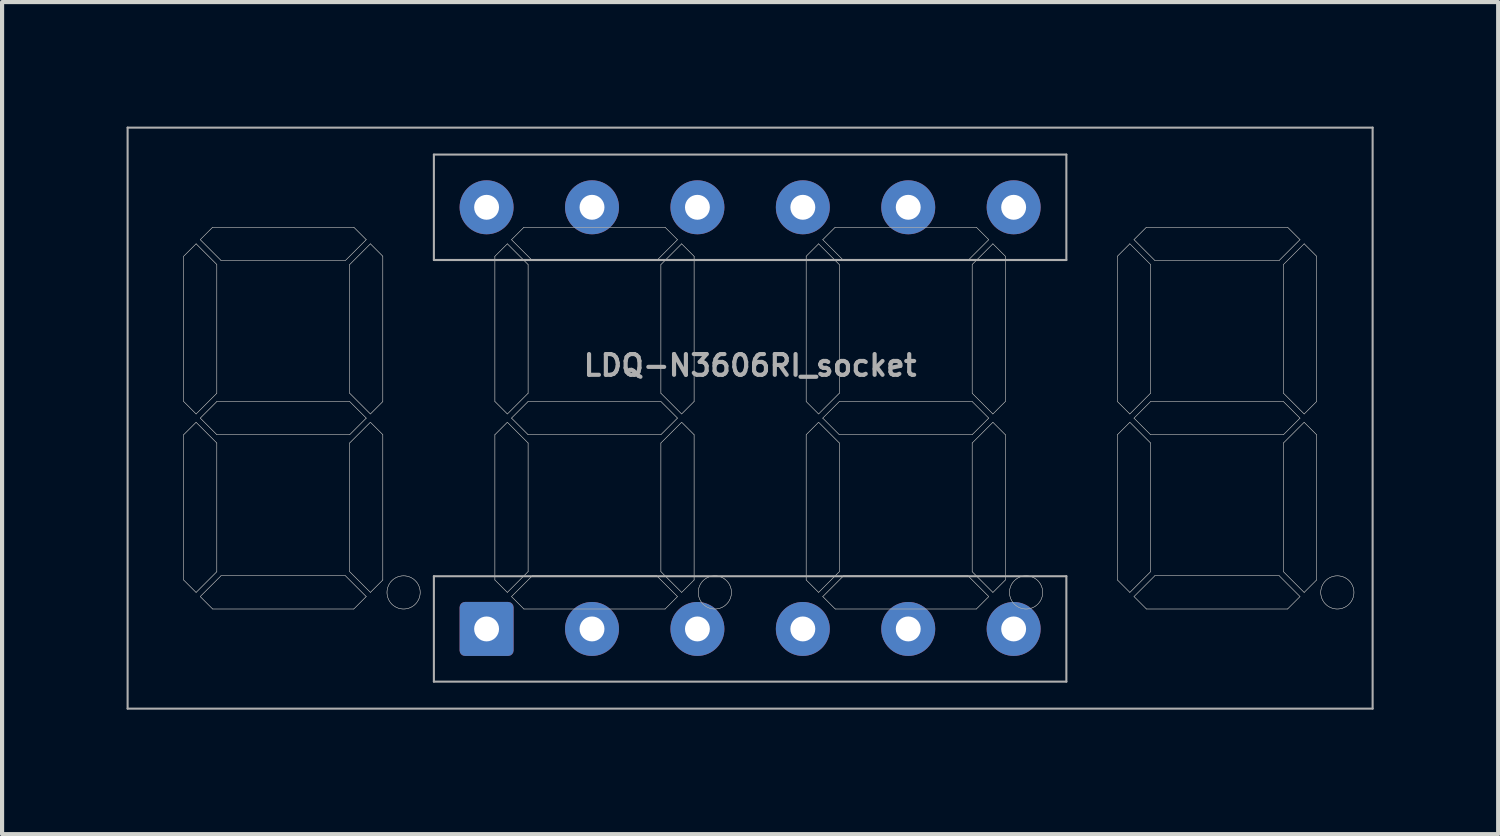
<source format=kicad_pcb>
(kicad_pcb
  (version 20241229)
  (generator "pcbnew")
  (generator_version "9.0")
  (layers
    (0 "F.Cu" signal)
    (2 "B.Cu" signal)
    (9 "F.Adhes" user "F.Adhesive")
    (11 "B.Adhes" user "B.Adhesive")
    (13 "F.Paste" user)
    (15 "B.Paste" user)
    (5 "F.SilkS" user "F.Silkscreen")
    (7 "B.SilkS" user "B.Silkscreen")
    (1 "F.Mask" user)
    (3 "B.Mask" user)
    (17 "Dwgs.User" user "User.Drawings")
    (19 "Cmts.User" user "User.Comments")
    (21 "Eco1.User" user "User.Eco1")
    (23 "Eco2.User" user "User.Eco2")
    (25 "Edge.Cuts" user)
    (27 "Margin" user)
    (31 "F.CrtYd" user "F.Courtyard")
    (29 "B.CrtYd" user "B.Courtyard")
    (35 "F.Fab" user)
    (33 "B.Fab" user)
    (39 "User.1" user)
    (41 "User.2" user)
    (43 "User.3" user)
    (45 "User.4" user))
  (footprint "LDQ-N3606RI_socket"
    (layer "F.Cu")
    (at 15.025 7.025)
    (property "Reference" "LDQ-N3606RI_socket" (at 0 -1.27 0) (layer "F.Fab") (effects (font (size 0.5 0.5) (thickness 0.1))))
    (attr through_hole)
    (fp_line (start -15 -7) (end -15 7) (stroke (width 0.05) (type solid)) (layer "F.Fab"))
    (fp_line (start -15 7) (end 15 7) (stroke (width 0.05) (type solid)) (layer "F.Fab"))
    (fp_line (start -13.65 -3.9) (end -13.35 -4.2) (stroke (width 0.01) (type solid)) (layer "F.Fab"))
    (fp_line (start -13.65 -3.9) (end -13.35 -4.2) (stroke (width 0.01) (type solid)) (layer "F.Fab"))
    (fp_line (start -13.65 -0.4) (end -13.65 -3.9) (stroke (width 0.01) (type solid)) (layer "F.Fab"))
    (fp_line (start -13.65 -0.4) (end -13.65 -3.9) (stroke (width 0.01) (type solid)) (layer "F.Fab"))
    (fp_line (start -13.65 0.4) (end -13.35 0.1) (stroke (width 0.01) (type solid)) (layer "F.Fab"))
    (fp_line (start -13.65 0.4) (end -13.35 0.1) (stroke (width 0.01) (type solid)) (layer "F.Fab"))
    (fp_line (start -13.65 3.9) (end -13.65 0.4) (stroke (width 0.01) (type solid)) (layer "F.Fab"))
    (fp_line (start -13.65 3.9) (end -13.65 0.4) (stroke (width 0.01) (type solid)) (layer "F.Fab"))
    (fp_line (start -13.35 -4.2) (end -12.85 -3.7) (stroke (width 0.01) (type solid)) (layer "F.Fab"))
    (fp_line (start -13.35 -4.2) (end -12.85 -3.7) (stroke (width 0.01) (type solid)) (layer "F.Fab"))
    (fp_line (start -13.35 -0.1) (end -13.65 -0.4) (stroke (width 0.01) (type solid)) (layer "F.Fab"))
    (fp_line (start -13.35 -0.1) (end -13.65 -0.4) (stroke (width 0.01) (type solid)) (layer "F.Fab"))
    (fp_line (start -13.35 0.1) (end -12.85 0.6) (stroke (width 0.01) (type solid)) (layer "F.Fab"))
    (fp_line (start -13.35 0.1) (end -12.85 0.6) (stroke (width 0.01) (type solid)) (layer "F.Fab"))
    (fp_line (start -13.35 4.2) (end -13.65 3.9) (stroke (width 0.01) (type solid)) (layer "F.Fab"))
    (fp_line (start -13.35 4.2) (end -13.65 3.9) (stroke (width 0.01) (type solid)) (layer "F.Fab"))
    (fp_line (start -13.25 -4.3) (end -12.75 -3.8) (stroke (width 0.01) (type solid)) (layer "F.Fab"))
    (fp_line (start -13.25 -4.3) (end -12.75 -3.8) (stroke (width 0.01) (type solid)) (layer "F.Fab"))
    (fp_line (start -13.25 0) (end -12.85 -0.4) (stroke (width 0.01) (type solid)) (layer "F.Fab"))
    (fp_line (start -13.25 0) (end -12.85 -0.4) (stroke (width 0.01) (type solid)) (layer "F.Fab"))
    (fp_line (start -13.25 4.3) (end -12.95 4.6) (stroke (width 0.01) (type solid)) (layer "F.Fab"))
    (fp_line (start -13.25 4.3) (end -12.95 4.6) (stroke (width 0.01) (type solid)) (layer "F.Fab"))
    (fp_line (start -13.25 4.3) (end -12.75 3.8) (stroke (width 0.01) (type solid)) (layer "F.Fab"))
    (fp_line (start -13.25 4.3) (end -12.75 3.8) (stroke (width 0.01) (type solid)) (layer "F.Fab"))
    (fp_line (start -12.95 -4.6) (end -13.25 -4.3) (stroke (width 0.01) (type solid)) (layer "F.Fab"))
    (fp_line (start -12.95 -4.6) (end -13.25 -4.3) (stroke (width 0.01) (type solid)) (layer "F.Fab"))
    (fp_line (start -12.95 4.6) (end -9.55 4.6) (stroke (width 0.01) (type solid)) (layer "F.Fab"))
    (fp_line (start -12.95 4.6) (end -9.55 4.6) (stroke (width 0.01) (type solid)) (layer "F.Fab"))
    (fp_line (start -12.85 -3.7) (end -12.85 -0.6) (stroke (width 0.01) (type solid)) (layer "F.Fab"))
    (fp_line (start -12.85 -3.7) (end -12.85 -0.6) (stroke (width 0.01) (type solid)) (layer "F.Fab"))
    (fp_line (start -12.85 -0.6) (end -13.35 -0.1) (stroke (width 0.01) (type solid)) (layer "F.Fab"))
    (fp_line (start -12.85 -0.6) (end -13.35 -0.1) (stroke (width 0.01) (type solid)) (layer "F.Fab"))
    (fp_line (start -12.85 -0.4) (end -9.65 -0.4) (stroke (width 0.01) (type solid)) (layer "F.Fab"))
    (fp_line (start -12.85 -0.4) (end -9.65 -0.4) (stroke (width 0.01) (type solid)) (layer "F.Fab"))
    (fp_line (start -12.85 0.4) (end -13.25 0) (stroke (width 0.01) (type solid)) (layer "F.Fab"))
    (fp_line (start -12.85 0.4) (end -13.25 0) (stroke (width 0.01) (type solid)) (layer "F.Fab"))
    (fp_line (start -12.85 0.6) (end -12.85 3.7) (stroke (width 0.01) (type solid)) (layer "F.Fab"))
    (fp_line (start -12.85 0.6) (end -12.85 3.7) (stroke (width 0.01) (type solid)) (layer "F.Fab"))
    (fp_line (start -12.85 3.7) (end -13.35 4.2) (stroke (width 0.01) (type solid)) (layer "F.Fab"))
    (fp_line (start -12.85 3.7) (end -13.35 4.2) (stroke (width 0.01) (type solid)) (layer "F.Fab"))
    (fp_line (start -12.75 -3.8) (end -9.75 -3.8) (stroke (width 0.01) (type solid)) (layer "F.Fab"))
    (fp_line (start -12.75 -3.8) (end -9.75 -3.8) (stroke (width 0.01) (type solid)) (layer "F.Fab"))
    (fp_line (start -9.75 3.8) (end -12.75 3.8) (stroke (width 0.01) (type solid)) (layer "F.Fab"))
    (fp_line (start -9.75 3.8) (end -12.75 3.8) (stroke (width 0.01) (type solid)) (layer "F.Fab"))
    (fp_line (start -9.65 -3.7) (end -9.15 -4.2) (stroke (width 0.01) (type solid)) (layer "F.Fab"))
    (fp_line (start -9.65 -3.7) (end -9.15 -4.2) (stroke (width 0.01) (type solid)) (layer "F.Fab"))
    (fp_line (start -9.65 -0.6) (end -9.65 -3.7) (stroke (width 0.01) (type solid)) (layer "F.Fab"))
    (fp_line (start -9.65 -0.6) (end -9.65 -3.7) (stroke (width 0.01) (type solid)) (layer "F.Fab"))
    (fp_line (start -9.65 0.4) (end -12.85 0.4) (stroke (width 0.01) (type solid)) (layer "F.Fab"))
    (fp_line (start -9.65 0.4) (end -12.85 0.4) (stroke (width 0.01) (type solid)) (layer "F.Fab"))
    (fp_line (start -9.65 0.6) (end -9.15 0.1) (stroke (width 0.01) (type solid)) (layer "F.Fab"))
    (fp_line (start -9.65 0.6) (end -9.15 0.1) (stroke (width 0.01) (type solid)) (layer "F.Fab"))
    (fp_line (start -9.65 3.7) (end -9.65 0.6) (stroke (width 0.01) (type solid)) (layer "F.Fab"))
    (fp_line (start -9.65 3.7) (end -9.65 0.6) (stroke (width 0.01) (type solid)) (layer "F.Fab"))
    (fp_line (start -9.55 -4.6) (end -12.95 -4.6) (stroke (width 0.01) (type solid)) (layer "F.Fab"))
    (fp_line (start -9.55 -4.6) (end -12.95 -4.6) (stroke (width 0.01) (type solid)) (layer "F.Fab"))
    (fp_line (start -9.55 4.6) (end -9.25 4.3) (stroke (width 0.01) (type solid)) (layer "F.Fab"))
    (fp_line (start -9.55 4.6) (end -9.25 4.3) (stroke (width 0.01) (type solid)) (layer "F.Fab"))
    (fp_line (start -9.25 -4.3) (end -9.75 -3.8) (stroke (width 0.01) (type solid)) (layer "F.Fab"))
    (fp_line (start -9.25 -4.3) (end -9.75 -3.8) (stroke (width 0.01) (type solid)) (layer "F.Fab"))
    (fp_line (start -9.25 -4.3) (end -9.55 -4.6) (stroke (width 0.01) (type solid)) (layer "F.Fab"))
    (fp_line (start -9.25 -4.3) (end -9.55 -4.6) (stroke (width 0.01) (type solid)) (layer "F.Fab"))
    (fp_line (start -9.25 0) (end -9.65 -0.4) (stroke (width 0.01) (type solid)) (layer "F.Fab"))
    (fp_line (start -9.25 0) (end -9.65 -0.4) (stroke (width 0.01) (type solid)) (layer "F.Fab"))
    (fp_line (start -9.25 0) (end -9.65 0.4) (stroke (width 0.01) (type solid)) (layer "F.Fab"))
    (fp_line (start -9.25 0) (end -9.65 0.4) (stroke (width 0.01) (type solid)) (layer "F.Fab"))
    (fp_line (start -9.25 4.3) (end -9.75 3.8) (stroke (width 0.01) (type solid)) (layer "F.Fab"))
    (fp_line (start -9.25 4.3) (end -9.75 3.8) (stroke (width 0.01) (type solid)) (layer "F.Fab"))
    (fp_line (start -9.15 -4.2) (end -8.85 -3.9) (stroke (width 0.01) (type solid)) (layer "F.Fab"))
    (fp_line (start -9.15 -4.2) (end -8.85 -3.9) (stroke (width 0.01) (type solid)) (layer "F.Fab"))
    (fp_line (start -9.15 -0.1) (end -9.65 -0.6) (stroke (width 0.01) (type solid)) (layer "F.Fab"))
    (fp_line (start -9.15 -0.1) (end -9.65 -0.6) (stroke (width 0.01) (type solid)) (layer "F.Fab"))
    (fp_line (start -9.15 0.1) (end -8.85 0.4) (stroke (width 0.01) (type solid)) (layer "F.Fab"))
    (fp_line (start -9.15 0.1) (end -8.85 0.4) (stroke (width 0.01) (type solid)) (layer "F.Fab"))
    (fp_line (start -9.15 4.2) (end -9.65 3.7) (stroke (width 0.01) (type solid)) (layer "F.Fab"))
    (fp_line (start -9.15 4.2) (end -9.65 3.7) (stroke (width 0.01) (type solid)) (layer "F.Fab"))
    (fp_line (start -8.85 -3.9) (end -8.85 -0.4) (stroke (width 0.01) (type solid)) (layer "F.Fab"))
    (fp_line (start -8.85 -3.9) (end -8.85 -0.4) (stroke (width 0.01) (type solid)) (layer "F.Fab"))
    (fp_line (start -8.85 -0.4) (end -9.15 -0.1) (stroke (width 0.01) (type solid)) (layer "F.Fab"))
    (fp_line (start -8.85 -0.4) (end -9.15 -0.1) (stroke (width 0.01) (type solid)) (layer "F.Fab"))
    (fp_line (start -8.85 0.4) (end -8.85 3.9) (stroke (width 0.01) (type solid)) (layer "F.Fab"))
    (fp_line (start -8.85 0.4) (end -8.85 3.9) (stroke (width 0.01) (type solid)) (layer "F.Fab"))
    (fp_line (start -8.85 3.9) (end -9.15 4.2) (stroke (width 0.01) (type solid)) (layer "F.Fab"))
    (fp_line (start -8.85 3.9) (end -9.15 4.2) (stroke (width 0.01) (type solid)) (layer "F.Fab"))
    (fp_line (start -7.62 -6.35) (end -7.62 -3.81) (stroke (width 0.05) (type solid)) (layer "F.Fab"))
    (fp_line (start -7.62 -3.81) (end 7.62 -3.81) (stroke (width 0.05) (type solid)) (layer "F.Fab"))
    (fp_line (start -7.62 3.81) (end -7.62 6.35) (stroke (width 0.05) (type solid)) (layer "F.Fab"))
    (fp_line (start -7.62 6.35) (end 7.62 6.35) (stroke (width 0.05) (type solid)) (layer "F.Fab"))
    (fp_line (start -6.15 -3.9) (end -5.85 -4.2) (stroke (width 0.01) (type solid)) (layer "F.Fab"))
    (fp_line (start -6.15 -3.9) (end -5.85 -4.2) (stroke (width 0.01) (type solid)) (layer "F.Fab"))
    (fp_line (start -6.15 -0.4) (end -6.15 -3.9) (stroke (width 0.01) (type solid)) (layer "F.Fab"))
    (fp_line (start -6.15 -0.4) (end -6.15 -3.9) (stroke (width 0.01) (type solid)) (layer "F.Fab"))
    (fp_line (start -6.15 0.4) (end -5.85 0.1) (stroke (width 0.01) (type solid)) (layer "F.Fab"))
    (fp_line (start -6.15 0.4) (end -5.85 0.1) (stroke (width 0.01) (type solid)) (layer "F.Fab"))
    (fp_line (start -6.15 3.9) (end -6.15 0.4) (stroke (width 0.01) (type solid)) (layer "F.Fab"))
    (fp_line (start -6.15 3.9) (end -6.15 0.4) (stroke (width 0.01) (type solid)) (layer "F.Fab"))
    (fp_line (start -5.85 -4.2) (end -5.35 -3.7) (stroke (width 0.01) (type solid)) (layer "F.Fab"))
    (fp_line (start -5.85 -4.2) (end -5.35 -3.7) (stroke (width 0.01) (type solid)) (layer "F.Fab"))
    (fp_line (start -5.85 -0.1) (end -6.15 -0.4) (stroke (width 0.01) (type solid)) (layer "F.Fab"))
    (fp_line (start -5.85 -0.1) (end -6.15 -0.4) (stroke (width 0.01) (type solid)) (layer "F.Fab"))
    (fp_line (start -5.85 0.1) (end -5.35 0.6) (stroke (width 0.01) (type solid)) (layer "F.Fab"))
    (fp_line (start -5.85 0.1) (end -5.35 0.6) (stroke (width 0.01) (type solid)) (layer "F.Fab"))
    (fp_line (start -5.85 4.2) (end -6.15 3.9) (stroke (width 0.01) (type solid)) (layer "F.Fab"))
    (fp_line (start -5.85 4.2) (end -6.15 3.9) (stroke (width 0.01) (type solid)) (layer "F.Fab"))
    (fp_line (start -5.75 -4.3) (end -5.25 -3.8) (stroke (width 0.01) (type solid)) (layer "F.Fab"))
    (fp_line (start -5.75 -4.3) (end -5.25 -3.8) (stroke (width 0.01) (type solid)) (layer "F.Fab"))
    (fp_line (start -5.75 0) (end -5.35 -0.4) (stroke (width 0.01) (type solid)) (layer "F.Fab"))
    (fp_line (start -5.75 0) (end -5.35 -0.4) (stroke (width 0.01) (type solid)) (layer "F.Fab"))
    (fp_line (start -5.75 4.3) (end -5.45 4.6) (stroke (width 0.01) (type solid)) (layer "F.Fab"))
    (fp_line (start -5.75 4.3) (end -5.45 4.6) (stroke (width 0.01) (type solid)) (layer "F.Fab"))
    (fp_line (start -5.75 4.3) (end -5.25 3.8) (stroke (width 0.01) (type solid)) (layer "F.Fab"))
    (fp_line (start -5.75 4.3) (end -5.25 3.8) (stroke (width 0.01) (type solid)) (layer "F.Fab"))
    (fp_line (start -5.45 -4.6) (end -5.75 -4.3) (stroke (width 0.01) (type solid)) (layer "F.Fab"))
    (fp_line (start -5.45 -4.6) (end -5.75 -4.3) (stroke (width 0.01) (type solid)) (layer "F.Fab"))
    (fp_line (start -5.45 4.6) (end -2.05 4.6) (stroke (width 0.01) (type solid)) (layer "F.Fab"))
    (fp_line (start -5.45 4.6) (end -2.05 4.6) (stroke (width 0.01) (type solid)) (layer "F.Fab"))
    (fp_line (start -5.35 -3.7) (end -5.35 -0.6) (stroke (width 0.01) (type solid)) (layer "F.Fab"))
    (fp_line (start -5.35 -3.7) (end -5.35 -0.6) (stroke (width 0.01) (type solid)) (layer "F.Fab"))
    (fp_line (start -5.35 -0.6) (end -5.85 -0.1) (stroke (width 0.01) (type solid)) (layer "F.Fab"))
    (fp_line (start -5.35 -0.6) (end -5.85 -0.1) (stroke (width 0.01) (type solid)) (layer "F.Fab"))
    (fp_line (start -5.35 -0.4) (end -2.15 -0.4) (stroke (width 0.01) (type solid)) (layer "F.Fab"))
    (fp_line (start -5.35 -0.4) (end -2.15 -0.4) (stroke (width 0.01) (type solid)) (layer "F.Fab"))
    (fp_line (start -5.35 0.4) (end -5.75 0) (stroke (width 0.01) (type solid)) (layer "F.Fab"))
    (fp_line (start -5.35 0.4) (end -5.75 0) (stroke (width 0.01) (type solid)) (layer "F.Fab"))
    (fp_line (start -5.35 0.6) (end -5.35 3.7) (stroke (width 0.01) (type solid)) (layer "F.Fab"))
    (fp_line (start -5.35 0.6) (end -5.35 3.7) (stroke (width 0.01) (type solid)) (layer "F.Fab"))
    (fp_line (start -5.35 3.7) (end -5.85 4.2) (stroke (width 0.01) (type solid)) (layer "F.Fab"))
    (fp_line (start -5.35 3.7) (end -5.85 4.2) (stroke (width 0.01) (type solid)) (layer "F.Fab"))
    (fp_line (start -5.25 -3.8) (end -2.25 -3.8) (stroke (width 0.01) (type solid)) (layer "F.Fab"))
    (fp_line (start -5.25 -3.8) (end -2.25 -3.8) (stroke (width 0.01) (type solid)) (layer "F.Fab"))
    (fp_line (start -2.25 3.8) (end -5.25 3.8) (stroke (width 0.01) (type solid)) (layer "F.Fab"))
    (fp_line (start -2.25 3.8) (end -5.25 3.8) (stroke (width 0.01) (type solid)) (layer "F.Fab"))
    (fp_line (start -2.15 -3.7) (end -1.65 -4.2) (stroke (width 0.01) (type solid)) (layer "F.Fab"))
    (fp_line (start -2.15 -3.7) (end -1.65 -4.2) (stroke (width 0.01) (type solid)) (layer "F.Fab"))
    (fp_line (start -2.15 -0.6) (end -2.15 -3.7) (stroke (width 0.01) (type solid)) (layer "F.Fab"))
    (fp_line (start -2.15 -0.6) (end -2.15 -3.7) (stroke (width 0.01) (type solid)) (layer "F.Fab"))
    (fp_line (start -2.15 0.4) (end -5.35 0.4) (stroke (width 0.01) (type solid)) (layer "F.Fab"))
    (fp_line (start -2.15 0.4) (end -5.35 0.4) (stroke (width 0.01) (type solid)) (layer "F.Fab"))
    (fp_line (start -2.15 0.6) (end -1.65 0.1) (stroke (width 0.01) (type solid)) (layer "F.Fab"))
    (fp_line (start -2.15 0.6) (end -1.65 0.1) (stroke (width 0.01) (type solid)) (layer "F.Fab"))
    (fp_line (start -2.15 3.7) (end -2.15 0.6) (stroke (width 0.01) (type solid)) (layer "F.Fab"))
    (fp_line (start -2.15 3.7) (end -2.15 0.6) (stroke (width 0.01) (type solid)) (layer "F.Fab"))
    (fp_line (start -2.05 -4.6) (end -5.45 -4.6) (stroke (width 0.01) (type solid)) (layer "F.Fab"))
    (fp_line (start -2.05 -4.6) (end -5.45 -4.6) (stroke (width 0.01) (type solid)) (layer "F.Fab"))
    (fp_line (start -2.05 4.6) (end -1.75 4.3) (stroke (width 0.01) (type solid)) (layer "F.Fab"))
    (fp_line (start -2.05 4.6) (end -1.75 4.3) (stroke (width 0.01) (type solid)) (layer "F.Fab"))
    (fp_line (start -1.75 -4.3) (end -2.25 -3.8) (stroke (width 0.01) (type solid)) (layer "F.Fab"))
    (fp_line (start -1.75 -4.3) (end -2.25 -3.8) (stroke (width 0.01) (type solid)) (layer "F.Fab"))
    (fp_line (start -1.75 -4.3) (end -2.05 -4.6) (stroke (width 0.01) (type solid)) (layer "F.Fab"))
    (fp_line (start -1.75 -4.3) (end -2.05 -4.6) (stroke (width 0.01) (type solid)) (layer "F.Fab"))
    (fp_line (start -1.75 0) (end -2.15 -0.4) (stroke (width 0.01) (type solid)) (layer "F.Fab"))
    (fp_line (start -1.75 0) (end -2.15 -0.4) (stroke (width 0.01) (type solid)) (layer "F.Fab"))
    (fp_line (start -1.75 0) (end -2.15 0.4) (stroke (width 0.01) (type solid)) (layer "F.Fab"))
    (fp_line (start -1.75 0) (end -2.15 0.4) (stroke (width 0.01) (type solid)) (layer "F.Fab"))
    (fp_line (start -1.75 4.3) (end -2.25 3.8) (stroke (width 0.01) (type solid)) (layer "F.Fab"))
    (fp_line (start -1.75 4.3) (end -2.25 3.8) (stroke (width 0.01) (type solid)) (layer "F.Fab"))
    (fp_line (start -1.65 -4.2) (end -1.35 -3.9) (stroke (width 0.01) (type solid)) (layer "F.Fab"))
    (fp_line (start -1.65 -4.2) (end -1.35 -3.9) (stroke (width 0.01) (type solid)) (layer "F.Fab"))
    (fp_line (start -1.65 -0.1) (end -2.15 -0.6) (stroke (width 0.01) (type solid)) (layer "F.Fab"))
    (fp_line (start -1.65 -0.1) (end -2.15 -0.6) (stroke (width 0.01) (type solid)) (layer "F.Fab"))
    (fp_line (start -1.65 0.1) (end -1.35 0.4) (stroke (width 0.01) (type solid)) (layer "F.Fab"))
    (fp_line (start -1.65 0.1) (end -1.35 0.4) (stroke (width 0.01) (type solid)) (layer "F.Fab"))
    (fp_line (start -1.65 4.2) (end -2.15 3.7) (stroke (width 0.01) (type solid)) (layer "F.Fab"))
    (fp_line (start -1.65 4.2) (end -2.15 3.7) (stroke (width 0.01) (type solid)) (layer "F.Fab"))
    (fp_line (start -1.35 -3.9) (end -1.35 -0.4) (stroke (width 0.01) (type solid)) (layer "F.Fab"))
    (fp_line (start -1.35 -3.9) (end -1.35 -0.4) (stroke (width 0.01) (type solid)) (layer "F.Fab"))
    (fp_line (start -1.35 -0.4) (end -1.65 -0.1) (stroke (width 0.01) (type solid)) (layer "F.Fab"))
    (fp_line (start -1.35 -0.4) (end -1.65 -0.1) (stroke (width 0.01) (type solid)) (layer "F.Fab"))
    (fp_line (start -1.35 0.4) (end -1.35 3.9) (stroke (width 0.01) (type solid)) (layer "F.Fab"))
    (fp_line (start -1.35 0.4) (end -1.35 3.9) (stroke (width 0.01) (type solid)) (layer "F.Fab"))
    (fp_line (start -1.35 3.9) (end -1.65 4.2) (stroke (width 0.01) (type solid)) (layer "F.Fab"))
    (fp_line (start -1.35 3.9) (end -1.65 4.2) (stroke (width 0.01) (type solid)) (layer "F.Fab"))
    (fp_line (start 1.35 -3.9) (end 1.65 -4.2) (stroke (width 0.01) (type solid)) (layer "F.Fab"))
    (fp_line (start 1.35 -3.9) (end 1.65 -4.2) (stroke (width 0.01) (type solid)) (layer "F.Fab"))
    (fp_line (start 1.35 -0.4) (end 1.35 -3.9) (stroke (width 0.01) (type solid)) (layer "F.Fab"))
    (fp_line (start 1.35 -0.4) (end 1.35 -3.9) (stroke (width 0.01) (type solid)) (layer "F.Fab"))
    (fp_line (start 1.35 0.4) (end 1.65 0.1) (stroke (width 0.01) (type solid)) (layer "F.Fab"))
    (fp_line (start 1.35 0.4) (end 1.65 0.1) (stroke (width 0.01) (type solid)) (layer "F.Fab"))
    (fp_line (start 1.35 3.9) (end 1.35 0.4) (stroke (width 0.01) (type solid)) (layer "F.Fab"))
    (fp_line (start 1.35 3.9) (end 1.35 0.4) (stroke (width 0.01) (type solid)) (layer "F.Fab"))
    (fp_line (start 1.65 -4.2) (end 2.15 -3.7) (stroke (width 0.01) (type solid)) (layer "F.Fab"))
    (fp_line (start 1.65 -4.2) (end 2.15 -3.7) (stroke (width 0.01) (type solid)) (layer "F.Fab"))
    (fp_line (start 1.65 -0.1) (end 1.35 -0.4) (stroke (width 0.01) (type solid)) (layer "F.Fab"))
    (fp_line (start 1.65 -0.1) (end 1.35 -0.4) (stroke (width 0.01) (type solid)) (layer "F.Fab"))
    (fp_line (start 1.65 0.1) (end 2.15 0.6) (stroke (width 0.01) (type solid)) (layer "F.Fab"))
    (fp_line (start 1.65 0.1) (end 2.15 0.6) (stroke (width 0.01) (type solid)) (layer "F.Fab"))
    (fp_line (start 1.65 4.2) (end 1.35 3.9) (stroke (width 0.01) (type solid)) (layer "F.Fab"))
    (fp_line (start 1.65 4.2) (end 1.35 3.9) (stroke (width 0.01) (type solid)) (layer "F.Fab"))
    (fp_line (start 1.75 -4.3) (end 2.25 -3.8) (stroke (width 0.01) (type solid)) (layer "F.Fab"))
    (fp_line (start 1.75 -4.3) (end 2.25 -3.8) (stroke (width 0.01) (type solid)) (layer "F.Fab"))
    (fp_line (start 1.75 0) (end 2.15 -0.4) (stroke (width 0.01) (type solid)) (layer "F.Fab"))
    (fp_line (start 1.75 0) (end 2.15 -0.4) (stroke (width 0.01) (type solid)) (layer "F.Fab"))
    (fp_line (start 1.75 4.3) (end 2.05 4.6) (stroke (width 0.01) (type solid)) (layer "F.Fab"))
    (fp_line (start 1.75 4.3) (end 2.05 4.6) (stroke (width 0.01) (type solid)) (layer "F.Fab"))
    (fp_line (start 1.75 4.3) (end 2.25 3.8) (stroke (width 0.01) (type solid)) (layer "F.Fab"))
    (fp_line (start 1.75 4.3) (end 2.25 3.8) (stroke (width 0.01) (type solid)) (layer "F.Fab"))
    (fp_line (start 2.05 -4.6) (end 1.75 -4.3) (stroke (width 0.01) (type solid)) (layer "F.Fab"))
    (fp_line (start 2.05 -4.6) (end 1.75 -4.3) (stroke (width 0.01) (type solid)) (layer "F.Fab"))
    (fp_line (start 2.05 4.6) (end 5.45 4.6) (stroke (width 0.01) (type solid)) (layer "F.Fab"))
    (fp_line (start 2.05 4.6) (end 5.45 4.6) (stroke (width 0.01) (type solid)) (layer "F.Fab"))
    (fp_line (start 2.15 -3.7) (end 2.15 -0.6) (stroke (width 0.01) (type solid)) (layer "F.Fab"))
    (fp_line (start 2.15 -3.7) (end 2.15 -0.6) (stroke (width 0.01) (type solid)) (layer "F.Fab"))
    (fp_line (start 2.15 -0.6) (end 1.65 -0.1) (stroke (width 0.01) (type solid)) (layer "F.Fab"))
    (fp_line (start 2.15 -0.6) (end 1.65 -0.1) (stroke (width 0.01) (type solid)) (layer "F.Fab"))
    (fp_line (start 2.15 -0.4) (end 5.35 -0.4) (stroke (width 0.01) (type solid)) (layer "F.Fab"))
    (fp_line (start 2.15 -0.4) (end 5.35 -0.4) (stroke (width 0.01) (type solid)) (layer "F.Fab"))
    (fp_line (start 2.15 0.4) (end 1.75 0) (stroke (width 0.01) (type solid)) (layer "F.Fab"))
    (fp_line (start 2.15 0.4) (end 1.75 0) (stroke (width 0.01) (type solid)) (layer "F.Fab"))
    (fp_line (start 2.15 0.6) (end 2.15 3.7) (stroke (width 0.01) (type solid)) (layer "F.Fab"))
    (fp_line (start 2.15 0.6) (end 2.15 3.7) (stroke (width 0.01) (type solid)) (layer "F.Fab"))
    (fp_line (start 2.15 3.7) (end 1.65 4.2) (stroke (width 0.01) (type solid)) (layer "F.Fab"))
    (fp_line (start 2.15 3.7) (end 1.65 4.2) (stroke (width 0.01) (type solid)) (layer "F.Fab"))
    (fp_line (start 2.25 -3.8) (end 5.25 -3.8) (stroke (width 0.01) (type solid)) (layer "F.Fab"))
    (fp_line (start 2.25 -3.8) (end 5.25 -3.8) (stroke (width 0.01) (type solid)) (layer "F.Fab"))
    (fp_line (start 5.25 3.8) (end 2.25 3.8) (stroke (width 0.01) (type solid)) (layer "F.Fab"))
    (fp_line (start 5.25 3.8) (end 2.25 3.8) (stroke (width 0.01) (type solid)) (layer "F.Fab"))
    (fp_line (start 5.35 -3.7) (end 5.85 -4.2) (stroke (width 0.01) (type solid)) (layer "F.Fab"))
    (fp_line (start 5.35 -3.7) (end 5.85 -4.2) (stroke (width 0.01) (type solid)) (layer "F.Fab"))
    (fp_line (start 5.35 -0.6) (end 5.35 -3.7) (stroke (width 0.01) (type solid)) (layer "F.Fab"))
    (fp_line (start 5.35 -0.6) (end 5.35 -3.7) (stroke (width 0.01) (type solid)) (layer "F.Fab"))
    (fp_line (start 5.35 0.4) (end 2.15 0.4) (stroke (width 0.01) (type solid)) (layer "F.Fab"))
    (fp_line (start 5.35 0.4) (end 2.15 0.4) (stroke (width 0.01) (type solid)) (layer "F.Fab"))
    (fp_line (start 5.35 0.6) (end 5.85 0.1) (stroke (width 0.01) (type solid)) (layer "F.Fab"))
    (fp_line (start 5.35 0.6) (end 5.85 0.1) (stroke (width 0.01) (type solid)) (layer "F.Fab"))
    (fp_line (start 5.35 3.7) (end 5.35 0.6) (stroke (width 0.01) (type solid)) (layer "F.Fab"))
    (fp_line (start 5.35 3.7) (end 5.35 0.6) (stroke (width 0.01) (type solid)) (layer "F.Fab"))
    (fp_line (start 5.45 -4.6) (end 2.05 -4.6) (stroke (width 0.01) (type solid)) (layer "F.Fab"))
    (fp_line (start 5.45 -4.6) (end 2.05 -4.6) (stroke (width 0.01) (type solid)) (layer "F.Fab"))
    (fp_line (start 5.45 4.6) (end 5.75 4.3) (stroke (width 0.01) (type solid)) (layer "F.Fab"))
    (fp_line (start 5.45 4.6) (end 5.75 4.3) (stroke (width 0.01) (type solid)) (layer "F.Fab"))
    (fp_line (start 5.75 -4.3) (end 5.25 -3.8) (stroke (width 0.01) (type solid)) (layer "F.Fab"))
    (fp_line (start 5.75 -4.3) (end 5.25 -3.8) (stroke (width 0.01) (type solid)) (layer "F.Fab"))
    (fp_line (start 5.75 -4.3) (end 5.45 -4.6) (stroke (width 0.01) (type solid)) (layer "F.Fab"))
    (fp_line (start 5.75 -4.3) (end 5.45 -4.6) (stroke (width 0.01) (type solid)) (layer "F.Fab"))
    (fp_line (start 5.75 0) (end 5.35 -0.4) (stroke (width 0.01) (type solid)) (layer "F.Fab"))
    (fp_line (start 5.75 0) (end 5.35 -0.4) (stroke (width 0.01) (type solid)) (layer "F.Fab"))
    (fp_line (start 5.75 0) (end 5.35 0.4) (stroke (width 0.01) (type solid)) (layer "F.Fab"))
    (fp_line (start 5.75 0) (end 5.35 0.4) (stroke (width 0.01) (type solid)) (layer "F.Fab"))
    (fp_line (start 5.75 4.3) (end 5.25 3.8) (stroke (width 0.01) (type solid)) (layer "F.Fab"))
    (fp_line (start 5.75 4.3) (end 5.25 3.8) (stroke (width 0.01) (type solid)) (layer "F.Fab"))
    (fp_line (start 5.85 -4.2) (end 6.15 -3.9) (stroke (width 0.01) (type solid)) (layer "F.Fab"))
    (fp_line (start 5.85 -4.2) (end 6.15 -3.9) (stroke (width 0.01) (type solid)) (layer "F.Fab"))
    (fp_line (start 5.85 -0.1) (end 5.35 -0.6) (stroke (width 0.01) (type solid)) (layer "F.Fab"))
    (fp_line (start 5.85 -0.1) (end 5.35 -0.6) (stroke (width 0.01) (type solid)) (layer "F.Fab"))
    (fp_line (start 5.85 0.1) (end 6.15 0.4) (stroke (width 0.01) (type solid)) (layer "F.Fab"))
    (fp_line (start 5.85 0.1) (end 6.15 0.4) (stroke (width 0.01) (type solid)) (layer "F.Fab"))
    (fp_line (start 5.85 4.2) (end 5.35 3.7) (stroke (width 0.01) (type solid)) (layer "F.Fab"))
    (fp_line (start 5.85 4.2) (end 5.35 3.7) (stroke (width 0.01) (type solid)) (layer "F.Fab"))
    (fp_line (start 6.15 -3.9) (end 6.15 -0.4) (stroke (width 0.01) (type solid)) (layer "F.Fab"))
    (fp_line (start 6.15 -3.9) (end 6.15 -0.4) (stroke (width 0.01) (type solid)) (layer "F.Fab"))
    (fp_line (start 6.15 -0.4) (end 5.85 -0.1) (stroke (width 0.01) (type solid)) (layer "F.Fab"))
    (fp_line (start 6.15 -0.4) (end 5.85 -0.1) (stroke (width 0.01) (type solid)) (layer "F.Fab"))
    (fp_line (start 6.15 0.4) (end 6.15 3.9) (stroke (width 0.01) (type solid)) (layer "F.Fab"))
    (fp_line (start 6.15 0.4) (end 6.15 3.9) (stroke (width 0.01) (type solid)) (layer "F.Fab"))
    (fp_line (start 6.15 3.9) (end 5.85 4.2) (stroke (width 0.01) (type solid)) (layer "F.Fab"))
    (fp_line (start 6.15 3.9) (end 5.85 4.2) (stroke (width 0.01) (type solid)) (layer "F.Fab"))
    (fp_line (start 7.62 -6.35) (end -7.62 -6.35) (stroke (width 0.05) (type solid)) (layer "F.Fab"))
    (fp_line (start 7.62 -3.81) (end 7.62 -6.35) (stroke (width 0.05) (type solid)) (layer "F.Fab"))
    (fp_line (start 7.62 3.81) (end -7.62 3.81) (stroke (width 0.05) (type solid)) (layer "F.Fab"))
    (fp_line (start 7.62 6.35) (end 7.62 3.81) (stroke (width 0.05) (type solid)) (layer "F.Fab"))
    (fp_line (start 8.85 -3.9) (end 9.15 -4.2) (stroke (width 0.01) (type solid)) (layer "F.Fab"))
    (fp_line (start 8.85 -3.9) (end 9.15 -4.2) (stroke (width 0.01) (type solid)) (layer "F.Fab"))
    (fp_line (start 8.85 -0.4) (end 8.85 -3.9) (stroke (width 0.01) (type solid)) (layer "F.Fab"))
    (fp_line (start 8.85 -0.4) (end 8.85 -3.9) (stroke (width 0.01) (type solid)) (layer "F.Fab"))
    (fp_line (start 8.85 0.4) (end 9.15 0.1) (stroke (width 0.01) (type solid)) (layer "F.Fab"))
    (fp_line (start 8.85 0.4) (end 9.15 0.1) (stroke (width 0.01) (type solid)) (layer "F.Fab"))
    (fp_line (start 8.85 3.9) (end 8.85 0.4) (stroke (width 0.01) (type solid)) (layer "F.Fab"))
    (fp_line (start 8.85 3.9) (end 8.85 0.4) (stroke (width 0.01) (type solid)) (layer "F.Fab"))
    (fp_line (start 9.15 -4.2) (end 9.65 -3.7) (stroke (width 0.01) (type solid)) (layer "F.Fab"))
    (fp_line (start 9.15 -4.2) (end 9.65 -3.7) (stroke (width 0.01) (type solid)) (layer "F.Fab"))
    (fp_line (start 9.15 -0.1) (end 8.85 -0.4) (stroke (width 0.01) (type solid)) (layer "F.Fab"))
    (fp_line (start 9.15 -0.1) (end 8.85 -0.4) (stroke (width 0.01) (type solid)) (layer "F.Fab"))
    (fp_line (start 9.15 0.1) (end 9.65 0.6) (stroke (width 0.01) (type solid)) (layer "F.Fab"))
    (fp_line (start 9.15 0.1) (end 9.65 0.6) (stroke (width 0.01) (type solid)) (layer "F.Fab"))
    (fp_line (start 9.15 4.2) (end 8.85 3.9) (stroke (width 0.01) (type solid)) (layer "F.Fab"))
    (fp_line (start 9.15 4.2) (end 8.85 3.9) (stroke (width 0.01) (type solid)) (layer "F.Fab"))
    (fp_line (start 9.25 -4.3) (end 9.75 -3.8) (stroke (width 0.01) (type solid)) (layer "F.Fab"))
    (fp_line (start 9.25 -4.3) (end 9.75 -3.8) (stroke (width 0.01) (type solid)) (layer "F.Fab"))
    (fp_line (start 9.25 0) (end 9.65 -0.4) (stroke (width 0.01) (type solid)) (layer "F.Fab"))
    (fp_line (start 9.25 0) (end 9.65 -0.4) (stroke (width 0.01) (type solid)) (layer "F.Fab"))
    (fp_line (start 9.25 4.3) (end 9.55 4.6) (stroke (width 0.01) (type solid)) (layer "F.Fab"))
    (fp_line (start 9.25 4.3) (end 9.55 4.6) (stroke (width 0.01) (type solid)) (layer "F.Fab"))
    (fp_line (start 9.25 4.3) (end 9.75 3.8) (stroke (width 0.01) (type solid)) (layer "F.Fab"))
    (fp_line (start 9.25 4.3) (end 9.75 3.8) (stroke (width 0.01) (type solid)) (layer "F.Fab"))
    (fp_line (start 9.55 -4.6) (end 9.25 -4.3) (stroke (width 0.01) (type solid)) (layer "F.Fab"))
    (fp_line (start 9.55 -4.6) (end 9.25 -4.3) (stroke (width 0.01) (type solid)) (layer "F.Fab"))
    (fp_line (start 9.55 4.6) (end 12.95 4.6) (stroke (width 0.01) (type solid)) (layer "F.Fab"))
    (fp_line (start 9.55 4.6) (end 12.95 4.6) (stroke (width 0.01) (type solid)) (layer "F.Fab"))
    (fp_line (start 9.65 -3.7) (end 9.65 -0.6) (stroke (width 0.01) (type solid)) (layer "F.Fab"))
    (fp_line (start 9.65 -3.7) (end 9.65 -0.6) (stroke (width 0.01) (type solid)) (layer "F.Fab"))
    (fp_line (start 9.65 -0.6) (end 9.15 -0.1) (stroke (width 0.01) (type solid)) (layer "F.Fab"))
    (fp_line (start 9.65 -0.6) (end 9.15 -0.1) (stroke (width 0.01) (type solid)) (layer "F.Fab"))
    (fp_line (start 9.65 -0.4) (end 12.85 -0.4) (stroke (width 0.01) (type solid)) (layer "F.Fab"))
    (fp_line (start 9.65 -0.4) (end 12.85 -0.4) (stroke (width 0.01) (type solid)) (layer "F.Fab"))
    (fp_line (start 9.65 0.4) (end 9.25 0) (stroke (width 0.01) (type solid)) (layer "F.Fab"))
    (fp_line (start 9.65 0.4) (end 9.25 0) (stroke (width 0.01) (type solid)) (layer "F.Fab"))
    (fp_line (start 9.65 0.6) (end 9.65 3.7) (stroke (width 0.01) (type solid)) (layer "F.Fab"))
    (fp_line (start 9.65 0.6) (end 9.65 3.7) (stroke (width 0.01) (type solid)) (layer "F.Fab"))
    (fp_line (start 9.65 3.7) (end 9.15 4.2) (stroke (width 0.01) (type solid)) (layer "F.Fab"))
    (fp_line (start 9.65 3.7) (end 9.15 4.2) (stroke (width 0.01) (type solid)) (layer "F.Fab"))
    (fp_line (start 9.75 -3.8) (end 12.75 -3.8) (stroke (width 0.01) (type solid)) (layer "F.Fab"))
    (fp_line (start 9.75 -3.8) (end 12.75 -3.8) (stroke (width 0.01) (type solid)) (layer "F.Fab"))
    (fp_line (start 12.75 3.8) (end 9.75 3.8) (stroke (width 0.01) (type solid)) (layer "F.Fab"))
    (fp_line (start 12.75 3.8) (end 9.75 3.8) (stroke (width 0.01) (type solid)) (layer "F.Fab"))
    (fp_line (start 12.85 -3.7) (end 13.35 -4.2) (stroke (width 0.01) (type solid)) (layer "F.Fab"))
    (fp_line (start 12.85 -3.7) (end 13.35 -4.2) (stroke (width 0.01) (type solid)) (layer "F.Fab"))
    (fp_line (start 12.85 -0.6) (end 12.85 -3.7) (stroke (width 0.01) (type solid)) (layer "F.Fab"))
    (fp_line (start 12.85 -0.6) (end 12.85 -3.7) (stroke (width 0.01) (type solid)) (layer "F.Fab"))
    (fp_line (start 12.85 0.4) (end 9.65 0.4) (stroke (width 0.01) (type solid)) (layer "F.Fab"))
    (fp_line (start 12.85 0.4) (end 9.65 0.4) (stroke (width 0.01) (type solid)) (layer "F.Fab"))
    (fp_line (start 12.85 0.6) (end 13.35 0.1) (stroke (width 0.01) (type solid)) (layer "F.Fab"))
    (fp_line (start 12.85 0.6) (end 13.35 0.1) (stroke (width 0.01) (type solid)) (layer "F.Fab"))
    (fp_line (start 12.85 3.7) (end 12.85 0.6) (stroke (width 0.01) (type solid)) (layer "F.Fab"))
    (fp_line (start 12.85 3.7) (end 12.85 0.6) (stroke (width 0.01) (type solid)) (layer "F.Fab"))
    (fp_line (start 12.95 -4.6) (end 9.55 -4.6) (stroke (width 0.01) (type solid)) (layer "F.Fab"))
    (fp_line (start 12.95 -4.6) (end 9.55 -4.6) (stroke (width 0.01) (type solid)) (layer "F.Fab"))
    (fp_line (start 12.95 4.6) (end 13.25 4.3) (stroke (width 0.01) (type solid)) (layer "F.Fab"))
    (fp_line (start 12.95 4.6) (end 13.25 4.3) (stroke (width 0.01) (type solid)) (layer "F.Fab"))
    (fp_line (start 13.25 -4.3) (end 12.75 -3.8) (stroke (width 0.01) (type solid)) (layer "F.Fab"))
    (fp_line (start 13.25 -4.3) (end 12.75 -3.8) (stroke (width 0.01) (type solid)) (layer "F.Fab"))
    (fp_line (start 13.25 -4.3) (end 12.95 -4.6) (stroke (width 0.01) (type solid)) (layer "F.Fab"))
    (fp_line (start 13.25 -4.3) (end 12.95 -4.6) (stroke (width 0.01) (type solid)) (layer "F.Fab"))
    (fp_line (start 13.25 0) (end 12.85 -0.4) (stroke (width 0.01) (type solid)) (layer "F.Fab"))
    (fp_line (start 13.25 0) (end 12.85 -0.4) (stroke (width 0.01) (type solid)) (layer "F.Fab"))
    (fp_line (start 13.25 0) (end 12.85 0.4) (stroke (width 0.01) (type solid)) (layer "F.Fab"))
    (fp_line (start 13.25 0) (end 12.85 0.4) (stroke (width 0.01) (type solid)) (layer "F.Fab"))
    (fp_line (start 13.25 4.3) (end 12.75 3.8) (stroke (width 0.01) (type solid)) (layer "F.Fab"))
    (fp_line (start 13.25 4.3) (end 12.75 3.8) (stroke (width 0.01) (type solid)) (layer "F.Fab"))
    (fp_line (start 13.35 -4.2) (end 13.65 -3.9) (stroke (width 0.01) (type solid)) (layer "F.Fab"))
    (fp_line (start 13.35 -4.2) (end 13.65 -3.9) (stroke (width 0.01) (type solid)) (layer "F.Fab"))
    (fp_line (start 13.35 -0.1) (end 12.85 -0.6) (stroke (width 0.01) (type solid)) (layer "F.Fab"))
    (fp_line (start 13.35 -0.1) (end 12.85 -0.6) (stroke (width 0.01) (type solid)) (layer "F.Fab"))
    (fp_line (start 13.35 0.1) (end 13.65 0.4) (stroke (width 0.01) (type solid)) (layer "F.Fab"))
    (fp_line (start 13.35 0.1) (end 13.65 0.4) (stroke (width 0.01) (type solid)) (layer "F.Fab"))
    (fp_line (start 13.35 4.2) (end 12.85 3.7) (stroke (width 0.01) (type solid)) (layer "F.Fab"))
    (fp_line (start 13.35 4.2) (end 12.85 3.7) (stroke (width 0.01) (type solid)) (layer "F.Fab"))
    (fp_line (start 13.65 -3.9) (end 13.65 -0.4) (stroke (width 0.01) (type solid)) (layer "F.Fab"))
    (fp_line (start 13.65 -3.9) (end 13.65 -0.4) (stroke (width 0.01) (type solid)) (layer "F.Fab"))
    (fp_line (start 13.65 -0.4) (end 13.35 -0.1) (stroke (width 0.01) (type solid)) (layer "F.Fab"))
    (fp_line (start 13.65 -0.4) (end 13.35 -0.1) (stroke (width 0.01) (type solid)) (layer "F.Fab"))
    (fp_line (start 13.65 0.4) (end 13.65 3.9) (stroke (width 0.01) (type solid)) (layer "F.Fab"))
    (fp_line (start 13.65 0.4) (end 13.65 3.9) (stroke (width 0.01) (type solid)) (layer "F.Fab"))
    (fp_line (start 13.65 3.9) (end 13.35 4.2) (stroke (width 0.01) (type solid)) (layer "F.Fab"))
    (fp_line (start 13.65 3.9) (end 13.35 4.2) (stroke (width 0.01) (type solid)) (layer "F.Fab"))
    (fp_line (start 15 -7) (end -15 -7) (stroke (width 0.05) (type solid)) (layer "F.Fab"))
    (fp_line (start 15 7) (end 15 -7) (stroke (width 0.05) (type solid)) (layer "F.Fab"))
    (fp_circle (center -8.35 4.2) (end -8.75 4.2) (stroke (width 0.01) (type solid)) (fill no) (layer "F.Fab"))
    (fp_circle (center -8.35 4.2) (end -8.75 4.2) (stroke (width 0.01) (type solid)) (fill no) (layer "F.Fab"))
    (fp_circle (center -0.85 4.2) (end -1.25 4.2) (stroke (width 0.01) (type solid)) (fill no) (layer "F.Fab"))
    (fp_circle (center -0.85 4.2) (end -1.25 4.2) (stroke (width 0.01) (type solid)) (fill no) (layer "F.Fab"))
    (fp_circle (center 6.65 4.2) (end 6.25 4.2) (stroke (width 0.01) (type solid)) (fill no) (layer "F.Fab"))
    (fp_circle (center 6.65 4.2) (end 6.25 4.2) (stroke (width 0.01) (type solid)) (fill no) (layer "F.Fab"))
    (fp_circle (center 14.15 4.2) (end 13.75 4.2) (stroke (width 0.01) (type solid)) (fill no) (layer "F.Fab"))
    (fp_circle (center 14.15 4.2) (end 13.75 4.2) (stroke (width 0.01) (type solid)) (fill no) (layer "F.Fab"))
    (pad "1" thru_hole roundrect (at -6.35 5.08) (size 1.3 1.3) (drill 0.6) (layers "*.Cu" "*.Mask") (roundrect_rratio 0.1))
    (pad "2" thru_hole circle (at -3.81 5.08) (size 1.3 1.3) (drill 0.6) (layers "*.Cu" "*.Mask"))
    (pad "3" thru_hole circle (at -1.27 5.08) (size 1.3 1.3) (drill 0.6) (layers "*.Cu" "*.Mask"))
    (pad "4" thru_hole circle (at 1.27 5.08) (size 1.3 1.3) (drill 0.6) (layers "*.Cu" "*.Mask"))
    (pad "5" thru_hole circle (at 3.81 5.08) (size 1.3 1.3) (drill 0.6) (layers "*.Cu" "*.Mask"))
    (pad "6" thru_hole circle (at 6.35 5.08) (size 1.3 1.3) (drill 0.6) (layers "*.Cu" "*.Mask"))
    (pad "7" thru_hole circle (at 6.35 -5.08) (size 1.3 1.3) (drill 0.6) (layers "*.Cu" "*.Mask"))
    (pad "8" thru_hole circle (at 3.81 -5.08) (size 1.3 1.3) (drill 0.6) (layers "*.Cu" "*.Mask"))
    (pad "9" thru_hole circle (at 1.27 -5.08) (size 1.3 1.3) (drill 0.6) (layers "*.Cu" "*.Mask"))
    (pad "10" thru_hole circle (at -1.27 -5.08) (size 1.3 1.3) (drill 0.6) (layers "*.Cu" "*.Mask"))
    (pad "11" thru_hole circle (at -3.81 -5.08) (size 1.3 1.3) (drill 0.6) (layers "*.Cu" "*.Mask"))
    (pad "12" thru_hole circle (at -6.35 -5.08) (size 1.3 1.3) (drill 0.6) (layers "*.Cu" "*.Mask")))
  (gr_rect
    (start -3 -3)
    (end 33.05 17.05)
    (stroke (width 0.1) (type default))
    (fill no)
    (layer "Edge.Cuts")))
</source>
